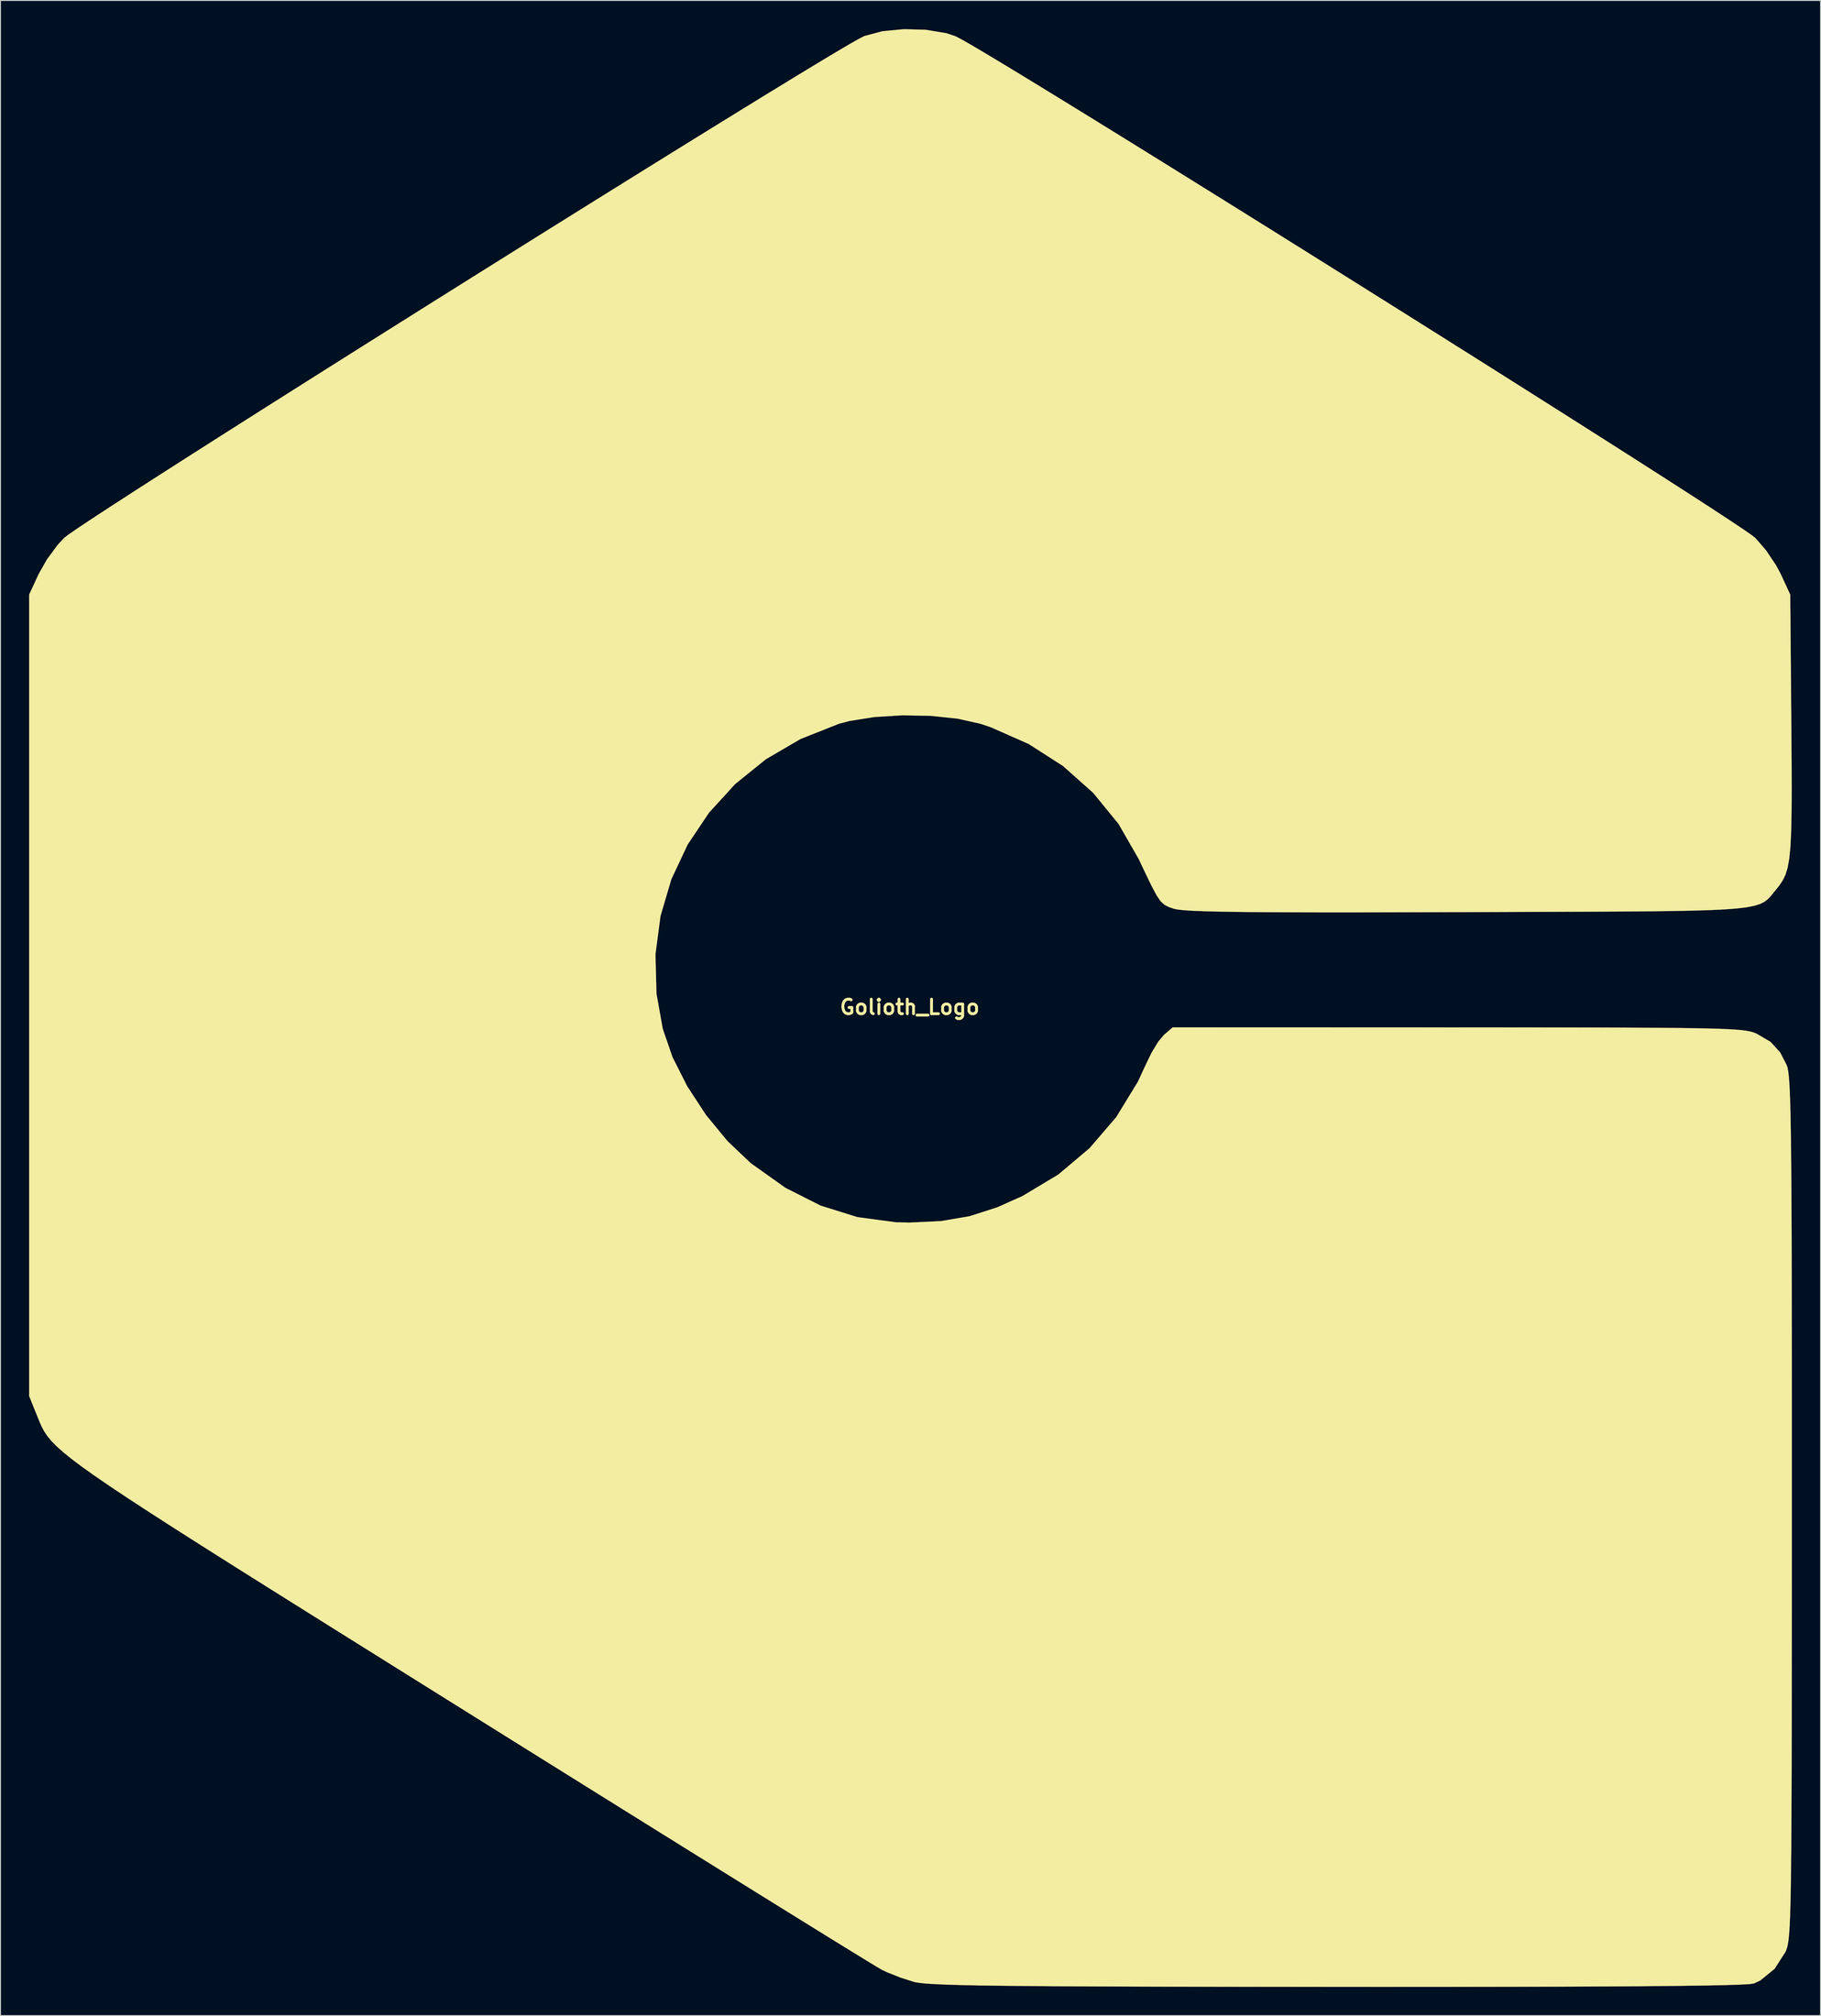
<source format=kicad_pcb>
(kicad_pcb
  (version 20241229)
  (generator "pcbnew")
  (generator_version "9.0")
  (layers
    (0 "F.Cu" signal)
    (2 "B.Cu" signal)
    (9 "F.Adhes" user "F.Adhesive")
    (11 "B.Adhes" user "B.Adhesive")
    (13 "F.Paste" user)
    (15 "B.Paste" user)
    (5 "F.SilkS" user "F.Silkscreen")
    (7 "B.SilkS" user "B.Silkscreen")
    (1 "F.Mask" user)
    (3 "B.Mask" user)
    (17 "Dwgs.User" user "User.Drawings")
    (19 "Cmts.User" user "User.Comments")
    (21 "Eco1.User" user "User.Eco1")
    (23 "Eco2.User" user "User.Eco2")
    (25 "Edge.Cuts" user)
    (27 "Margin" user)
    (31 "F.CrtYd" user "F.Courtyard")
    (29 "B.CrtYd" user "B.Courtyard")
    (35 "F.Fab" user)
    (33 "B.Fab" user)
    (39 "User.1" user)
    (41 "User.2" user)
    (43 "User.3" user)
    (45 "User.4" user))
  (footprint "Golioth_Logo"
    (layer "F.Cu")
    (at 92.256 102.457)
    (property "Reference" "Golioth_Logo" (at 0 0 0) (layer "F.SilkS") (effects (font (size 1.524 1.524) (thickness 0.3))))
    (attr through_hole)
    (fp_poly (pts (xy 1.721 -102.383) (xy 3.84 -102.026) (xy 4.763 -101.726) (xy 5.365 -101.417) (xy 6.516 -100.758) (xy 8.174 -99.776) (xy 10.295 -98.499) (xy 12.836 -96.953) (xy 15.755 -95.165) (xy 19.009 -93.162) (xy 22.554 -90.971) (xy 26.348 -88.619) (xy 30.347 -86.133) (xy 34.51 -83.54) (xy 38.793 -80.866) (xy 43.153 -78.138) (xy 47.547 -75.384) (xy 51.933 -72.63) (xy 56.267 -69.904) (xy 60.507 -67.232) (xy 64.609 -64.64) (xy 68.531 -62.157) (xy 72.23 -59.808) (xy 75.663 -57.622) (xy 78.787 -55.624) (xy 81.559 -53.841) (xy 83.936 -52.301) (xy 85.875 -51.031) (xy 87.334 -50.056) (xy 88.27 -49.405) (xy 88.609 -49.138) (xy 89.735 -47.829) (xy 90.785 -46.26) (xy 91.255 -45.371) (xy 92.251 -43.215) (xy 92.364 -29.633) (xy 92.391 -25.935) (xy 92.402 -22.871) (xy 92.389 -20.372) (xy 92.346 -18.366) (xy 92.268 -16.783) (xy 92.146 -15.553) (xy 91.976 -14.605) (xy 91.751 -13.868) (xy 91.463 -13.272) (xy 91.108 -12.746) (xy 90.789 -12.35) (xy 90.464 -11.949) (xy 90.178 -11.598) (xy 89.883 -11.293) (xy 89.535 -11.03) (xy 89.087 -10.807) (xy 88.492 -10.619) (xy 87.706 -10.465) (xy 86.681 -10.339) (xy 85.372 -10.239) (xy 83.732 -10.162) (xy 81.716 -10.103) (xy 79.277 -10.06) (xy 76.369 -10.029) (xy 72.947 -10.007) (xy 68.964 -9.99) (xy 64.373 -9.975) (xy 59.13 -9.959) (xy 58.354 -9.956) (xy 52.866 -9.94) (xy 48.044 -9.931) (xy 43.848 -9.929) (xy 40.237 -9.935) (xy 37.171 -9.949) (xy 34.611 -9.973) (xy 32.517 -10.005) (xy 30.848 -10.047) (xy 29.565 -10.099) (xy 28.628 -10.162) (xy 27.996 -10.236) (xy 27.662 -10.311) (xy 27.101 -10.506) (xy 26.661 -10.739) (xy 26.269 -11.115) (xy 25.852 -11.737) (xy 25.333 -12.712) (xy 24.641 -14.145) (xy 23.992 -15.522) (xy 21.884 -19.188) (xy 19.223 -22.449) (xy 16.065 -25.258) (xy 12.465 -27.568) (xy 8.477 -29.331) (xy 7.408 -29.687) (xy 5.024 -30.219) (xy 2.217 -30.515) (xy -0.77 -30.572) (xy -3.695 -30.393) (xy -6.316 -29.976) (xy -7.408 -29.687) (xy -11.439 -28.09) (xy -15.074 -25.966) (xy -18.28 -23.375) (xy -21.021 -20.378) (xy -23.262 -17.035) (xy -24.968 -13.406) (xy -26.105 -9.552) (xy -26.637 -5.533) (xy -26.529 -1.411) (xy -25.875 2.263) (xy -24.855 5.225) (xy -23.307 8.293) (xy -21.348 11.287) (xy -19.095 14.027) (xy -16.666 16.334) (xy -16.651 16.346) (xy -13.046 18.913) (xy -9.339 20.791) (xy -5.492 21.994) (xy -1.469 22.536) (xy -0.032 22.572) (xy 3.303 22.412) (xy 6.273 21.903) (xy 9.163 20.977) (xy 11.818 19.787) (xy 15.554 17.549) (xy 18.841 14.779) (xy 21.637 11.525) (xy 23.896 7.831) (xy 24.717 6.061) (xy 25.349 4.757) (xy 26.042 3.62) (xy 26.633 2.91) (xy 27.556 2.117) (xy 57.434 2.124) (xy 62.73 2.126) (xy 67.367 2.13) (xy 71.391 2.137) (xy 74.848 2.147) (xy 77.785 2.161) (xy 80.247 2.182) (xy 82.282 2.209) (xy 83.936 2.243) (xy 85.254 2.286) (xy 86.284 2.339) (xy 87.071 2.402) (xy 87.661 2.476) (xy 88.102 2.563) (xy 88.439 2.664) (xy 88.719 2.778) (xy 88.724 2.78) (xy 90.183 3.634) (xy 91.194 4.743) (xy 91.885 6.087) (xy 91.965 6.338) (xy 92.037 6.715) (xy 92.101 7.251) (xy 92.158 7.985) (xy 92.207 8.951) (xy 92.251 10.187) (xy 92.288 11.728) (xy 92.32 13.61) (xy 92.346 15.869) (xy 92.368 18.542) (xy 92.385 21.665) (xy 92.398 25.273) (xy 92.408 29.404) (xy 92.415 34.092) (xy 92.419 39.374) (xy 92.42 45.287) (xy 92.42 51.865) (xy 92.42 52.464) (xy 92.419 59.038) (xy 92.416 64.943) (xy 92.412 70.216) (xy 92.407 74.896) (xy 92.398 79.018) (xy 92.387 82.62) (xy 92.372 85.74) (xy 92.354 88.414) (xy 92.33 90.679) (xy 92.302 92.572) (xy 92.267 94.132) (xy 92.227 95.394) (xy 92.18 96.396) (xy 92.126 97.175) (xy 92.064 97.768) (xy 91.993 98.213) (xy 91.914 98.545) (xy 91.826 98.804) (xy 91.761 98.954) (xy 90.616 100.741) (xy 89.113 101.967) (xy 88.436 102.282) (xy 87.971 102.346) (xy 86.921 102.403) (xy 85.276 102.454) (xy 83.024 102.498) (xy 80.154 102.536) (xy 76.653 102.568) (xy 72.511 102.593) (xy 67.717 102.613) (xy 62.258 102.627) (xy 56.123 102.635) (xy 49.301 102.637) (xy 44.868 102.635) (xy 38.329 102.63) (xy 32.459 102.624) (xy 27.222 102.614) (xy 22.583 102.602) (xy 18.504 102.586) (xy 14.95 102.567) (xy 11.884 102.543) (xy 9.27 102.515) (xy 7.073 102.482) (xy 5.256 102.443) (xy 3.782 102.398) (xy 2.616 102.347) (xy 1.721 102.289) (xy 1.062 102.224) (xy 0.601 102.151) (xy 0.441 102.113) (xy -0.971 101.661) (xy -2.386 101.098) (xy -2.888 100.861) (xy -3.359 100.586) (xy -4.393 99.96) (xy -5.954 99.003) (xy -8.007 97.738) (xy -10.515 96.186) (xy -13.444 94.371) (xy -16.758 92.314) (xy -20.422 90.036) (xy -24.399 87.561) (xy -28.655 84.91) (xy -33.154 82.105) (xy -37.86 79.169) (xy -42.738 76.123) (xy -46.081 74.034) (xy -52.052 70.302) (xy -57.454 66.925) (xy -62.317 63.881) (xy -66.671 61.151) (xy -70.546 58.715) (xy -73.969 56.551) (xy -76.972 54.639) (xy -79.584 52.96) (xy -81.833 51.493) (xy -83.751 50.217) (xy -85.365 49.112) (xy -86.706 48.158) (xy -87.803 47.334) (xy -88.686 46.62) (xy -89.384 45.996) (xy -89.927 45.441) (xy -90.344 44.935) (xy -90.664 44.458) (xy -90.918 43.989) (xy -91.134 43.508) (xy -91.343 42.995) (xy -91.446 42.738) (xy -92.251 40.746) (xy -92.251 -43.215) (xy -91.255 -45.371) (xy -90.389 -46.897) (xy -89.274 -48.411) (xy -88.609 -49.138) (xy -88.114 -49.517) (xy -87.062 -50.241) (xy -85.495 -51.281) (xy -83.457 -52.612) (xy -80.991 -54.207) (xy -78.139 -56.038) (xy -74.945 -58.08) (xy -71.451 -60.304) (xy -67.7 -62.684) (xy -63.735 -65.193) (xy -59.6 -67.804) (xy -55.336 -70.49) (xy -50.987 -73.225) (xy -46.596 -75.981) (xy -42.206 -78.731) (xy -37.859 -81.45) (xy -33.598 -84.108) (xy -29.467 -86.681) (xy -25.508 -89.14) (xy -21.764 -91.46) (xy -18.279 -93.612) (xy -15.094 -95.571) (xy -12.253 -97.309) (xy -9.799 -98.799) (xy -7.775 -100.015) (xy -6.223 -100.929) (xy -5.187 -101.514) (xy -4.763 -101.726) (xy -2.865 -102.233) (xy -0.609 -102.452) (xy 1.721 -102.383)) (stroke (width 0.01) (type solid)) (fill yes) (layer "F.SilkS")))
  (gr_rect
    (start -3 -3)
    (end 187.682 208.099)
    (stroke (width 0.1) (type default))
    (fill no)
    (layer "Edge.Cuts")))
</source>
